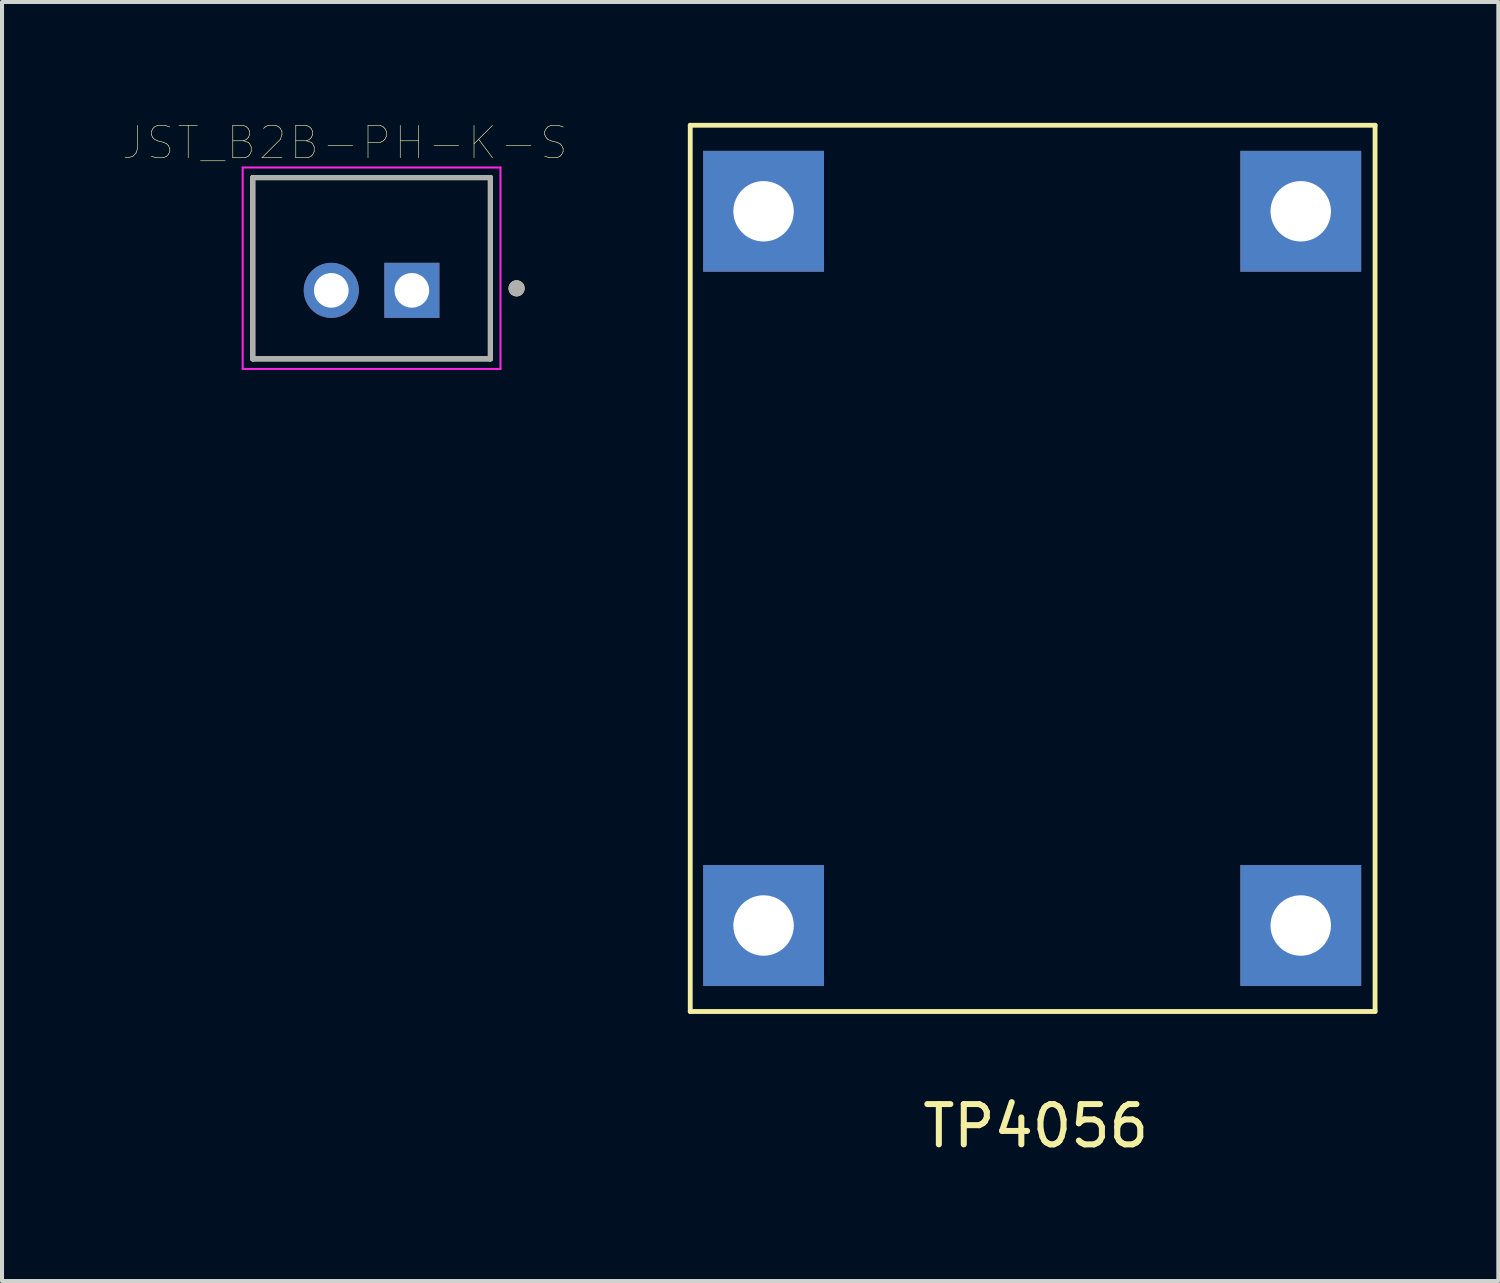
<source format=kicad_pcb>
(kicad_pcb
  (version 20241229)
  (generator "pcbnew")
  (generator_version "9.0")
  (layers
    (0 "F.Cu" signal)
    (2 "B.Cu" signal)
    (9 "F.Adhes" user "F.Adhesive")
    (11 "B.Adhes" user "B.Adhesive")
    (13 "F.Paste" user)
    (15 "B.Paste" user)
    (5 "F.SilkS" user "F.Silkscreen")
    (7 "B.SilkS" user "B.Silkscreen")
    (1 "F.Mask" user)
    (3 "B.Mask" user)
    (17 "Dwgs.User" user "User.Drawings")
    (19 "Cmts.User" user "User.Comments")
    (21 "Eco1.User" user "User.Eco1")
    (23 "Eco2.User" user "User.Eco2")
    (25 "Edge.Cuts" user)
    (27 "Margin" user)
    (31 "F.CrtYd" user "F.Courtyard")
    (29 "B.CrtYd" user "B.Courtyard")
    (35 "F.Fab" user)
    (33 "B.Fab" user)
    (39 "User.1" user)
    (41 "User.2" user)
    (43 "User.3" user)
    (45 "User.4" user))
  (footprint "JST_B2B-PH-K-S"
    (layer "F.Cu")
    (at 6.174 3.608)
    (property "Reference" "JST_B2B-PH-K-S" (at -0.661 -3.113 0) (layer "F.SilkS") (effects (font (size 0.801 0.801) (thickness 0.015))))
    (attr through_hole)
    (fp_line (start -2.95 -2.25) (end 2.95 -2.25) (stroke (width 0.127) (type solid)) (layer "F.SilkS"))
    (fp_line (start -2.95 2.25) (end -2.95 -2.25) (stroke (width 0.127) (type solid)) (layer "F.SilkS"))
    (fp_line (start 2.95 -2.25) (end 2.95 2.25) (stroke (width 0.127) (type solid)) (layer "F.SilkS"))
    (fp_line (start 2.95 2.25) (end -2.95 2.25) (stroke (width 0.127) (type solid)) (layer "F.SilkS"))
    (fp_circle (center 3.6 0.5) (end 3.7 0.5) (stroke (width 0.2) (type solid)) (fill no) (layer "F.SilkS"))
    (fp_line (start -3.2 -2.5) (end 3.2 -2.5) (stroke (width 0.05) (type solid)) (layer "F.CrtYd"))
    (fp_line (start -3.2 2.5) (end -3.2 -2.5) (stroke (width 0.05) (type solid)) (layer "F.CrtYd"))
    (fp_line (start 3.2 -2.5) (end 3.2 2.5) (stroke (width 0.05) (type solid)) (layer "F.CrtYd"))
    (fp_line (start 3.2 2.5) (end -3.2 2.5) (stroke (width 0.05) (type solid)) (layer "F.CrtYd"))
    (fp_line (start -2.95 -2.25) (end 2.95 -2.25) (stroke (width 0.127) (type solid)) (layer "F.Fab"))
    (fp_line (start -2.95 2.25) (end -2.95 -2.25) (stroke (width 0.127) (type solid)) (layer "F.Fab"))
    (fp_line (start 2.95 -2.25) (end 2.95 2.25) (stroke (width 0.127) (type solid)) (layer "F.Fab"))
    (fp_line (start 2.95 2.25) (end -2.95 2.25) (stroke (width 0.127) (type solid)) (layer "F.Fab"))
    (fp_circle (center 3.6 0.5) (end 3.7 0.5) (stroke (width 0.2) (type solid)) (fill no) (layer "F.Fab"))
    (pad "1" thru_hole rect (at 1 0.55) (size 1.368 1.368) (drill 0.86) (layers "*.Cu" "*.Mask"))
    (pad "2" thru_hole circle (at -1 0.55) (size 1.368 1.368) (drill 0.86) (layers "*.Cu" "*.Mask")))
  (footprint "TP4056"
    (layer "F.Cu")
    (at 22.585 11.06)
    (property "Reference" "TP4056" (at 0.076 13.843 0) (layer "F.SilkS") (effects (font (size 1 1) (thickness 0.15))))
    (attr through_hole)
    (fp_line (start -8.5 11) (end -8.5 -11) (stroke (width 0.12) (type solid)) (layer "F.SilkS"))
    (fp_line (start 8.5 -11) (end -8.5 -11) (stroke (width 0.12) (type solid)) (layer "F.SilkS"))
    (fp_line (start 8.5 11) (end -8.5 11) (stroke (width 0.12) (type solid)) (layer "F.SilkS"))
    (fp_line (start 8.5 11) (end 8.5 -11) (stroke (width 0.12) (type solid)) (layer "F.SilkS"))
    (pad "1" thru_hole rect (at 6.655 -8.865) (size 3 3) (drill 1.5) (layers "*.Cu" "*.Mask"))
    (pad "2" thru_hole rect (at -6.68 -8.865) (size 3 3) (drill 1.5) (layers "*.Cu" "*.Mask"))
    (pad "3" thru_hole rect (at 6.655 8.865) (size 3 3) (drill 1.5) (layers "*.Cu" "*.Mask"))
    (pad "4" thru_hole rect (at -6.68 8.865) (size 3 3) (drill 1.5) (layers "*.Cu" "*.Mask")))
  (gr_rect
    (start -3 -3)
    (end 34.145 28.751)
    (stroke (width 0.1) (type default))
    (fill no)
    (layer "Edge.Cuts")))
</source>
